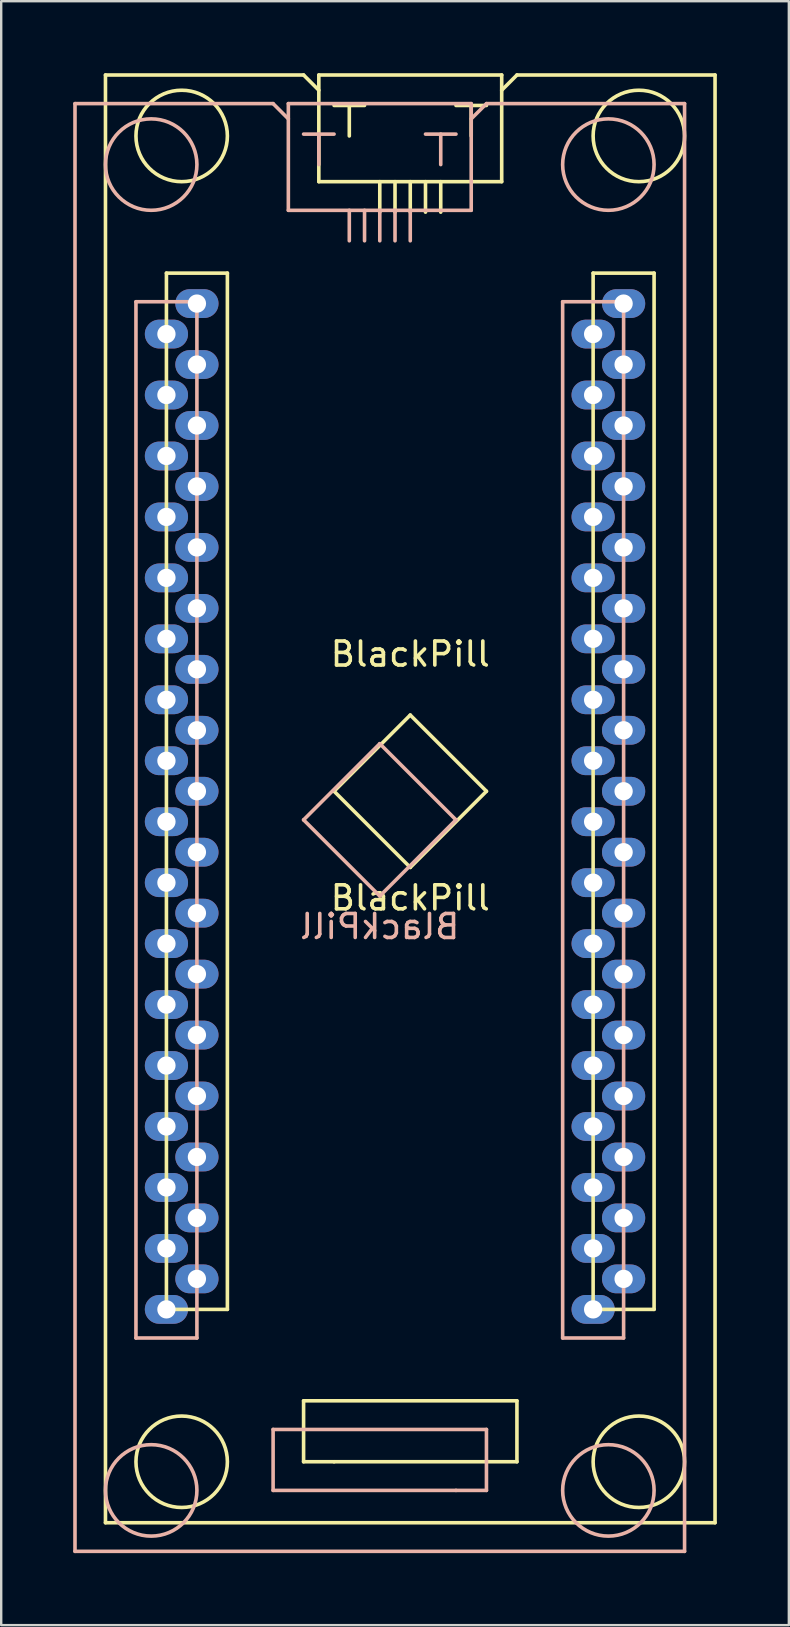
<source format=kicad_pcb>
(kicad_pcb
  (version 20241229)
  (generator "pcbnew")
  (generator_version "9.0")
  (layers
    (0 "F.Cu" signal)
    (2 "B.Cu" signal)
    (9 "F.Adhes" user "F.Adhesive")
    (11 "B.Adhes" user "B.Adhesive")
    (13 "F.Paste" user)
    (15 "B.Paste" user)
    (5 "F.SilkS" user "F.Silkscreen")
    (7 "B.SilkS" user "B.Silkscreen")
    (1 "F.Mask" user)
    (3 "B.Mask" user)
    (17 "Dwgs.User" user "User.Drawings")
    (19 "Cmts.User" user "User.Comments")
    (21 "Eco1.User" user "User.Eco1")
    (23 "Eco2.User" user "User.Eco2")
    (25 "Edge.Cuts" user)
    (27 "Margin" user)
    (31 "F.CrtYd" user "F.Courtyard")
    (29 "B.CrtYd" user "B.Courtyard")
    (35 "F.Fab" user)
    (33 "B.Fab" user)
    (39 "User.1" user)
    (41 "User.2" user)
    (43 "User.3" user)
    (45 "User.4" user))
  (footprint "BlackPill"
    (layer "F.Cu")
    (at 5.155 9.6)
    (property "Reference" "BlackPill" (at 8.89 14.605 0) (layer "F.SilkS") (effects (font (size 1 1) (thickness 0.15))))
    (attr through_hole)
    (fp_line (start -3.81 -9.525) (end 4.445 -9.525) (stroke (width 0.15) (type solid)) (layer "F.SilkS"))
    (fp_line (start -3.81 50.8) (end -3.81 -9.525) (stroke (width 0.15) (type solid)) (layer "F.SilkS"))
    (fp_line (start -1.27 -1.27) (end 1.27 -1.27) (stroke (width 0.15) (type solid)) (layer "F.SilkS"))
    (fp_line (start -1.27 41.91) (end -1.27 -1.27) (stroke (width 0.15) (type solid)) (layer "F.SilkS"))
    (fp_line (start 1.27 -1.27) (end 1.27 41.91) (stroke (width 0.15) (type solid)) (layer "F.SilkS"))
    (fp_line (start 1.27 41.91) (end -1.27 41.91) (stroke (width 0.15) (type solid)) (layer "F.SilkS"))
    (fp_line (start 4.445 -9.525) (end 5.08 -8.89) (stroke (width 0.15) (type solid)) (layer "F.SilkS"))
    (fp_line (start 4.445 45.72) (end 4.445 48.26) (stroke (width 0.15) (type solid)) (layer "F.SilkS"))
    (fp_line (start 4.445 48.26) (end 5.715 48.26) (stroke (width 0.15) (type solid)) (layer "F.SilkS"))
    (fp_line (start 5.08 -9.525) (end 5.08 -5.08) (stroke (width 0.15) (type solid)) (layer "F.SilkS"))
    (fp_line (start 5.08 -9.525) (end 12.7 -9.525) (stroke (width 0.15) (type solid)) (layer "F.SilkS"))
    (fp_line (start 5.08 -5.08) (end 12.7 -5.08) (stroke (width 0.15) (type solid)) (layer "F.SilkS"))
    (fp_line (start 5.715 -8.255) (end 6.985 -8.255) (stroke (width 0.15) (type solid)) (layer "F.SilkS"))
    (fp_line (start 5.715 20.32) (end 8.89 23.495) (stroke (width 0.15) (type solid)) (layer "F.SilkS"))
    (fp_line (start 5.715 48.26) (end 13.335 48.26) (stroke (width 0.15) (type solid)) (layer "F.SilkS"))
    (fp_line (start 6.35 -8.255) (end 6.35 -6.985) (stroke (width 0.15) (type solid)) (layer "F.SilkS"))
    (fp_line (start 7.62 -5.08) (end 7.62 -3.81) (stroke (width 0.15) (type solid)) (layer "F.SilkS"))
    (fp_line (start 8.255 -5.08) (end 8.255 -3.81) (stroke (width 0.15) (type solid)) (layer "F.SilkS"))
    (fp_line (start 8.89 -5.08) (end 8.89 -3.81) (stroke (width 0.15) (type solid)) (layer "F.SilkS"))
    (fp_line (start 8.89 17.145) (end 5.715 20.32) (stroke (width 0.15) (type solid)) (layer "F.SilkS"))
    (fp_line (start 8.89 23.495) (end 12.065 20.32) (stroke (width 0.15) (type solid)) (layer "F.SilkS"))
    (fp_line (start 9.525 -5.08) (end 9.525 -3.81) (stroke (width 0.15) (type solid)) (layer "F.SilkS"))
    (fp_line (start 10.16 -5.08) (end 10.16 -3.81) (stroke (width 0.15) (type solid)) (layer "F.SilkS"))
    (fp_line (start 10.795 -8.255) (end 11.43 -8.255) (stroke (width 0.15) (type solid)) (layer "F.SilkS"))
    (fp_line (start 11.43 -8.255) (end 11.43 -6.985) (stroke (width 0.15) (type solid)) (layer "F.SilkS"))
    (fp_line (start 11.43 -8.255) (end 12.065 -8.255) (stroke (width 0.15) (type solid)) (layer "F.SilkS"))
    (fp_line (start 12.065 20.32) (end 8.89 17.145) (stroke (width 0.15) (type solid)) (layer "F.SilkS"))
    (fp_line (start 12.7 -8.89) (end 13.335 -9.525) (stroke (width 0.15) (type solid)) (layer "F.SilkS"))
    (fp_line (start 12.7 -5.08) (end 12.7 -9.525) (stroke (width 0.15) (type solid)) (layer "F.SilkS"))
    (fp_line (start 13.335 -9.525) (end 21.59 -9.525) (stroke (width 0.15) (type solid)) (layer "F.SilkS"))
    (fp_line (start 13.335 45.72) (end 4.445 45.72) (stroke (width 0.15) (type solid)) (layer "F.SilkS"))
    (fp_line (start 13.335 48.26) (end 13.335 45.72) (stroke (width 0.15) (type solid)) (layer "F.SilkS"))
    (fp_line (start 16.51 41.91) (end 16.51 -1.27) (stroke (width 0.15) (type solid)) (layer "F.SilkS"))
    (fp_line (start 16.51 41.91) (end 19.05 41.91) (stroke (width 0.15) (type solid)) (layer "F.SilkS"))
    (fp_line (start 19.05 -1.27) (end 16.51 -1.27) (stroke (width 0.15) (type solid)) (layer "F.SilkS"))
    (fp_line (start 19.05 41.91) (end 19.05 -1.27) (stroke (width 0.15) (type solid)) (layer "F.SilkS"))
    (fp_line (start 21.59 -9.525) (end 21.59 50.8) (stroke (width 0.15) (type solid)) (layer "F.SilkS"))
    (fp_line (start 21.59 50.8) (end -3.81 50.8) (stroke (width 0.15) (type solid)) (layer "F.SilkS"))
    (fp_circle (center -0.635 -6.985) (end -0.635 -5.08) (stroke (width 0.15) (type solid)) (fill no) (layer "F.SilkS"))
    (fp_circle (center -0.635 48.26) (end -0.635 46.355) (stroke (width 0.15) (type solid)) (fill no) (layer "F.SilkS"))
    (fp_circle (center 18.415 -6.985) (end 18.415 -8.89) (stroke (width 0.15) (type solid)) (fill no) (layer "F.SilkS"))
    (fp_circle (center 18.415 48.26) (end 18.415 46.355) (stroke (width 0.15) (type solid)) (fill no) (layer "F.SilkS"))
    (fp_line (start -5.08 -8.332) (end -5.08 51.993) (stroke (width 0.15) (type solid)) (layer "B.SilkS"))
    (fp_line (start -5.08 51.993) (end 20.32 51.993) (stroke (width 0.15) (type solid)) (layer "B.SilkS"))
    (fp_line (start -2.54 -0.077) (end 0 -0.077) (stroke (width 0.15) (type solid)) (layer "B.SilkS"))
    (fp_line (start -2.54 43.103) (end -2.54 -0.077) (stroke (width 0.15) (type solid)) (layer "B.SilkS"))
    (fp_line (start 0 43.103) (end -2.54 43.103) (stroke (width 0.15) (type solid)) (layer "B.SilkS"))
    (fp_line (start 0 43.103) (end 0 -0.077) (stroke (width 0.15) (type solid)) (layer "B.SilkS"))
    (fp_line (start 3.175 -8.332) (end -5.08 -8.332) (stroke (width 0.15) (type solid)) (layer "B.SilkS"))
    (fp_line (start 3.175 46.913) (end 12.065 46.913) (stroke (width 0.15) (type solid)) (layer "B.SilkS"))
    (fp_line (start 3.175 49.453) (end 3.175 46.913) (stroke (width 0.15) (type solid)) (layer "B.SilkS"))
    (fp_line (start 3.81 -7.697) (end 3.175 -8.332) (stroke (width 0.15) (type solid)) (layer "B.SilkS"))
    (fp_line (start 3.81 -3.887) (end 3.81 -8.332) (stroke (width 0.15) (type solid)) (layer "B.SilkS"))
    (fp_line (start 4.445 21.513) (end 7.62 18.338) (stroke (width 0.15) (type solid)) (layer "B.SilkS"))
    (fp_line (start 5.08 -7.062) (end 4.445 -7.062) (stroke (width 0.15) (type solid)) (layer "B.SilkS"))
    (fp_line (start 5.08 -7.062) (end 5.08 -5.792) (stroke (width 0.15) (type solid)) (layer "B.SilkS"))
    (fp_line (start 5.715 -7.062) (end 5.08 -7.062) (stroke (width 0.15) (type solid)) (layer "B.SilkS"))
    (fp_line (start 6.35 -3.887) (end 6.35 -2.617) (stroke (width 0.15) (type solid)) (layer "B.SilkS"))
    (fp_line (start 6.985 -3.887) (end 6.985 -2.617) (stroke (width 0.15) (type solid)) (layer "B.SilkS"))
    (fp_line (start 7.62 -3.887) (end 7.62 -2.617) (stroke (width 0.15) (type solid)) (layer "B.SilkS"))
    (fp_line (start 7.62 18.338) (end 10.795 21.513) (stroke (width 0.15) (type solid)) (layer "B.SilkS"))
    (fp_line (start 7.62 24.688) (end 4.445 21.513) (stroke (width 0.15) (type solid)) (layer "B.SilkS"))
    (fp_line (start 8.255 -3.887) (end 8.255 -2.617) (stroke (width 0.15) (type solid)) (layer "B.SilkS"))
    (fp_line (start 8.89 -3.887) (end 8.89 -2.617) (stroke (width 0.15) (type solid)) (layer "B.SilkS"))
    (fp_line (start 10.16 -7.062) (end 10.16 -5.792) (stroke (width 0.15) (type solid)) (layer "B.SilkS"))
    (fp_line (start 10.795 -7.062) (end 9.525 -7.062) (stroke (width 0.15) (type solid)) (layer "B.SilkS"))
    (fp_line (start 10.795 21.513) (end 7.62 24.688) (stroke (width 0.15) (type solid)) (layer "B.SilkS"))
    (fp_line (start 10.795 49.453) (end 3.175 49.453) (stroke (width 0.15) (type solid)) (layer "B.SilkS"))
    (fp_line (start 11.43 -8.332) (end 3.81 -8.332) (stroke (width 0.15) (type solid)) (layer "B.SilkS"))
    (fp_line (start 11.43 -8.332) (end 11.43 -3.887) (stroke (width 0.15) (type solid)) (layer "B.SilkS"))
    (fp_line (start 11.43 -3.887) (end 3.81 -3.887) (stroke (width 0.15) (type solid)) (layer "B.SilkS"))
    (fp_line (start 12.065 -8.332) (end 11.43 -7.697) (stroke (width 0.15) (type solid)) (layer "B.SilkS"))
    (fp_line (start 12.065 46.913) (end 12.065 49.453) (stroke (width 0.15) (type solid)) (layer "B.SilkS"))
    (fp_line (start 12.065 49.453) (end 10.795 49.453) (stroke (width 0.15) (type solid)) (layer "B.SilkS"))
    (fp_line (start 15.24 -0.077) (end 15.24 43.103) (stroke (width 0.15) (type solid)) (layer "B.SilkS"))
    (fp_line (start 15.24 43.103) (end 17.78 43.103) (stroke (width 0.15) (type solid)) (layer "B.SilkS"))
    (fp_line (start 17.78 -0.077) (end 15.24 -0.077) (stroke (width 0.15) (type solid)) (layer "B.SilkS"))
    (fp_line (start 17.78 43.103) (end 17.78 -0.077) (stroke (width 0.15) (type solid)) (layer "B.SilkS"))
    (fp_line (start 20.32 -8.332) (end 12.065 -8.332) (stroke (width 0.15) (type solid)) (layer "B.SilkS"))
    (fp_line (start 20.32 51.993) (end 20.32 -8.332) (stroke (width 0.15) (type solid)) (layer "B.SilkS"))
    (fp_circle (center -1.905 -5.792) (end -1.905 -7.697) (stroke (width 0.15) (type solid)) (fill no) (layer "B.SilkS"))
    (fp_circle (center -1.905 49.453) (end -1.905 47.548) (stroke (width 0.15) (type solid)) (fill no) (layer "B.SilkS"))
    (fp_circle (center 17.145 -5.792) (end 17.145 -3.887) (stroke (width 0.15) (type solid)) (fill no) (layer "B.SilkS"))
    (fp_circle (center 17.145 49.453) (end 17.145 47.548) (stroke (width 0.15) (type solid)) (fill no) (layer "B.SilkS"))
    (fp_text user "BlackPill" (at 8.89 24.765 0) (layer "F.SilkS") (effects (font (size 1 1) (thickness 0.15))))
    (fp_text user "BlackPill" (at 7.62 25.958 180) (layer "B.SilkS") (effects (font (size 1 1) (thickness 0.15)) (justify mirror)))
    (pad "1" thru_hole oval (at 0 0) (size 1.8 1.2) (drill 0.762) (layers "*.Cu" "*.Mask"))
    (pad "1" thru_hole oval (at 16.51 1.27) (size 1.8 1.2) (drill 0.762) (layers "*.Cu" "*.Mask"))
    (pad "2" thru_hole oval (at 0 2.54) (size 1.8 1.2) (drill 0.762) (layers "*.Cu" "*.Mask"))
    (pad "2" thru_hole oval (at 16.51 3.81) (size 1.8 1.2) (drill 0.762) (layers "*.Cu" "*.Mask"))
    (pad "3" thru_hole oval (at 0 5.08) (size 1.8 1.2) (drill 0.762) (layers "*.Cu" "*.Mask"))
    (pad "3" thru_hole oval (at 16.51 6.35) (size 1.8 1.2) (drill 0.762) (layers "*.Cu" "*.Mask"))
    (pad "4" thru_hole oval (at 0 7.62) (size 1.8 1.2) (drill 0.762) (layers "*.Cu" "*.Mask"))
    (pad "4" thru_hole oval (at 16.51 8.89) (size 1.8 1.2) (drill 0.762) (layers "*.Cu" "*.Mask"))
    (pad "5" thru_hole oval (at 0 10.16) (size 1.8 1.2) (drill 0.762) (layers "*.Cu" "*.Mask"))
    (pad "5" thru_hole oval (at 16.51 11.43) (size 1.8 1.2) (drill 0.762) (layers "*.Cu" "*.Mask"))
    (pad "6" thru_hole oval (at 0 12.7) (size 1.8 1.2) (drill 0.762) (layers "*.Cu" "*.Mask"))
    (pad "6" thru_hole oval (at 16.51 13.97) (size 1.8 1.2) (drill 0.762) (layers "*.Cu" "*.Mask"))
    (pad "7" thru_hole oval (at 0 15.24) (size 1.8 1.2) (drill 0.762) (layers "*.Cu" "*.Mask"))
    (pad "7" thru_hole oval (at 16.51 16.51) (size 1.8 1.2) (drill 0.762) (layers "*.Cu" "*.Mask"))
    (pad "8" thru_hole oval (at 0 17.78) (size 1.8 1.2) (drill 0.762) (layers "*.Cu" "*.Mask"))
    (pad "8" thru_hole oval (at 16.51 19.05) (size 1.8 1.2) (drill 0.762) (layers "*.Cu" "*.Mask"))
    (pad "9" thru_hole oval (at 0 20.32) (size 1.8 1.2) (drill 0.762) (layers "*.Cu" "*.Mask"))
    (pad "9" thru_hole oval (at 16.51 21.59) (size 1.8 1.2) (drill 0.762) (layers "*.Cu" "*.Mask"))
    (pad "10" thru_hole oval (at 0 22.86) (size 1.8 1.2) (drill 0.762) (layers "*.Cu" "*.Mask"))
    (pad "10" thru_hole oval (at 16.51 24.13) (size 1.8 1.2) (drill 0.762) (layers "*.Cu" "*.Mask"))
    (pad "11" thru_hole oval (at 0 25.4) (size 1.8 1.2) (drill 0.762) (layers "*.Cu" "*.Mask"))
    (pad "11" thru_hole oval (at 16.51 26.67) (size 1.8 1.2) (drill 0.762) (layers "*.Cu" "*.Mask"))
    (pad "12" thru_hole oval (at 0 27.94) (size 1.8 1.2) (drill 0.762) (layers "*.Cu" "*.Mask"))
    (pad "12" thru_hole oval (at 16.51 29.21) (size 1.8 1.2) (drill 0.762) (layers "*.Cu" "*.Mask"))
    (pad "13" thru_hole oval (at 0 30.48) (size 1.8 1.2) (drill 0.762) (layers "*.Cu" "*.Mask"))
    (pad "13" thru_hole oval (at 16.51 31.75) (size 1.8 1.2) (drill 0.762) (layers "*.Cu" "*.Mask"))
    (pad "14" thru_hole oval (at 0 33.02) (size 1.8 1.2) (drill 0.762) (layers "*.Cu" "*.Mask"))
    (pad "14" thru_hole oval (at 16.51 34.29) (size 1.8 1.2) (drill 0.762) (layers "*.Cu" "*.Mask"))
    (pad "15" thru_hole oval (at 0 35.56) (size 1.8 1.2) (drill 0.762) (layers "*.Cu" "*.Mask"))
    (pad "15" thru_hole oval (at 16.51 36.83) (size 1.8 1.2) (drill 0.762) (layers "*.Cu" "*.Mask"))
    (pad "16" thru_hole oval (at 0 38.1) (size 1.8 1.2) (drill 0.762) (layers "*.Cu" "*.Mask"))
    (pad "16" thru_hole oval (at 16.51 39.37) (size 1.8 1.2) (drill 0.762) (layers "*.Cu" "*.Mask"))
    (pad "17" thru_hole oval (at 0 40.64) (size 1.8 1.2) (drill 0.762) (layers "*.Cu" "*.Mask"))
    (pad "17" thru_hole oval (at 16.51 41.91) (size 1.8 1.2) (drill 0.762) (layers "*.Cu" "*.Mask"))
    (pad "18" thru_hole oval (at -1.27 41.91) (size 1.8 1.2) (drill 0.762) (layers "*.Cu" "*.Mask"))
    (pad "18" thru_hole oval (at 17.78 40.64) (size 1.8 1.2) (drill 0.762) (layers "*.Cu" "*.Mask"))
    (pad "19" thru_hole oval (at -1.27 39.37) (size 1.8 1.2) (drill 0.762) (layers "*.Cu" "*.Mask"))
    (pad "19" thru_hole oval (at 17.78 38.1) (size 1.8 1.2) (drill 0.762) (layers "*.Cu" "*.Mask"))
    (pad "20" thru_hole oval (at -1.27 36.83) (size 1.8 1.2) (drill 0.762) (layers "*.Cu" "*.Mask"))
    (pad "20" thru_hole oval (at 17.78 35.56) (size 1.8 1.2) (drill 0.762) (layers "*.Cu" "*.Mask"))
    (pad "21" thru_hole oval (at -1.27 34.29) (size 1.8 1.2) (drill 0.762) (layers "*.Cu" "*.Mask"))
    (pad "21" thru_hole oval (at 17.78 33.02) (size 1.8 1.2) (drill 0.762) (layers "*.Cu" "*.Mask"))
    (pad "22" thru_hole oval (at -1.27 31.75) (size 1.8 1.2) (drill 0.762) (layers "*.Cu" "*.Mask"))
    (pad "22" thru_hole oval (at 17.78 30.48) (size 1.8 1.2) (drill 0.762) (layers "*.Cu" "*.Mask"))
    (pad "23" thru_hole oval (at -1.27 29.21) (size 1.8 1.2) (drill 0.762) (layers "*.Cu" "*.Mask"))
    (pad "23" thru_hole oval (at 17.78 27.94) (size 1.8 1.2) (drill 0.762) (layers "*.Cu" "*.Mask"))
    (pad "24" thru_hole oval (at -1.27 26.67) (size 1.8 1.2) (drill 0.762) (layers "*.Cu" "*.Mask"))
    (pad "24" thru_hole oval (at 17.78 25.4) (size 1.8 1.2) (drill 0.762) (layers "*.Cu" "*.Mask"))
    (pad "25" thru_hole oval (at -1.27 24.13) (size 1.8 1.2) (drill 0.762) (layers "*.Cu" "*.Mask"))
    (pad "25" thru_hole oval (at 17.78 22.86) (size 1.8 1.2) (drill 0.762) (layers "*.Cu" "*.Mask"))
    (pad "26" thru_hole oval (at -1.27 21.59) (size 1.8 1.2) (drill 0.762) (layers "*.Cu" "*.Mask"))
    (pad "26" thru_hole oval (at 17.78 20.32) (size 1.8 1.2) (drill 0.762) (layers "*.Cu" "*.Mask"))
    (pad "27" thru_hole oval (at -1.27 19.05) (size 1.8 1.2) (drill 0.762) (layers "*.Cu" "*.Mask"))
    (pad "27" thru_hole oval (at 17.78 17.78) (size 1.8 1.2) (drill 0.762) (layers "*.Cu" "*.Mask"))
    (pad "28" thru_hole oval (at -1.27 16.51) (size 1.8 1.2) (drill 0.762) (layers "*.Cu" "*.Mask"))
    (pad "28" thru_hole oval (at 17.78 15.24) (size 1.8 1.2) (drill 0.762) (layers "*.Cu" "*.Mask"))
    (pad "29" thru_hole oval (at -1.27 13.97) (size 1.8 1.2) (drill 0.762) (layers "*.Cu" "*.Mask"))
    (pad "29" thru_hole oval (at 17.78 12.7) (size 1.8 1.2) (drill 0.762) (layers "*.Cu" "*.Mask"))
    (pad "30" thru_hole oval (at -1.27 11.43) (size 1.8 1.2) (drill 0.762) (layers "*.Cu" "*.Mask"))
    (pad "30" thru_hole oval (at 17.78 10.16) (size 1.8 1.2) (drill 0.762) (layers "*.Cu" "*.Mask"))
    (pad "31" thru_hole oval (at -1.27 8.89) (size 1.8 1.2) (drill 0.762) (layers "*.Cu" "*.Mask"))
    (pad "31" thru_hole oval (at 17.78 7.62) (size 1.8 1.2) (drill 0.762) (layers "*.Cu" "*.Mask"))
    (pad "32" thru_hole oval (at -1.27 6.35) (size 1.8 1.2) (drill 0.762) (layers "*.Cu" "*.Mask"))
    (pad "32" thru_hole oval (at 17.78 5.08) (size 1.8 1.2) (drill 0.762) (layers "*.Cu" "*.Mask"))
    (pad "33" thru_hole oval (at -1.27 3.81) (size 1.8 1.2) (drill 0.762) (layers "*.Cu" "*.Mask"))
    (pad "33" thru_hole oval (at 17.78 2.54) (size 1.8 1.2) (drill 0.762) (layers "*.Cu" "*.Mask"))
    (pad "34" thru_hole oval (at -1.27 1.27) (size 1.8 1.2) (drill 0.762) (layers "*.Cu" "*.Mask"))
    (pad "34" thru_hole oval (at 17.78 0) (size 1.8 1.2) (drill 0.762) (layers "*.Cu" "*.Mask")))
  (gr_rect
    (start -3 -3)
    (end 29.82 64.668)
    (stroke (width 0.1) (type default))
    (fill no)
    (layer "Edge.Cuts")))
</source>
